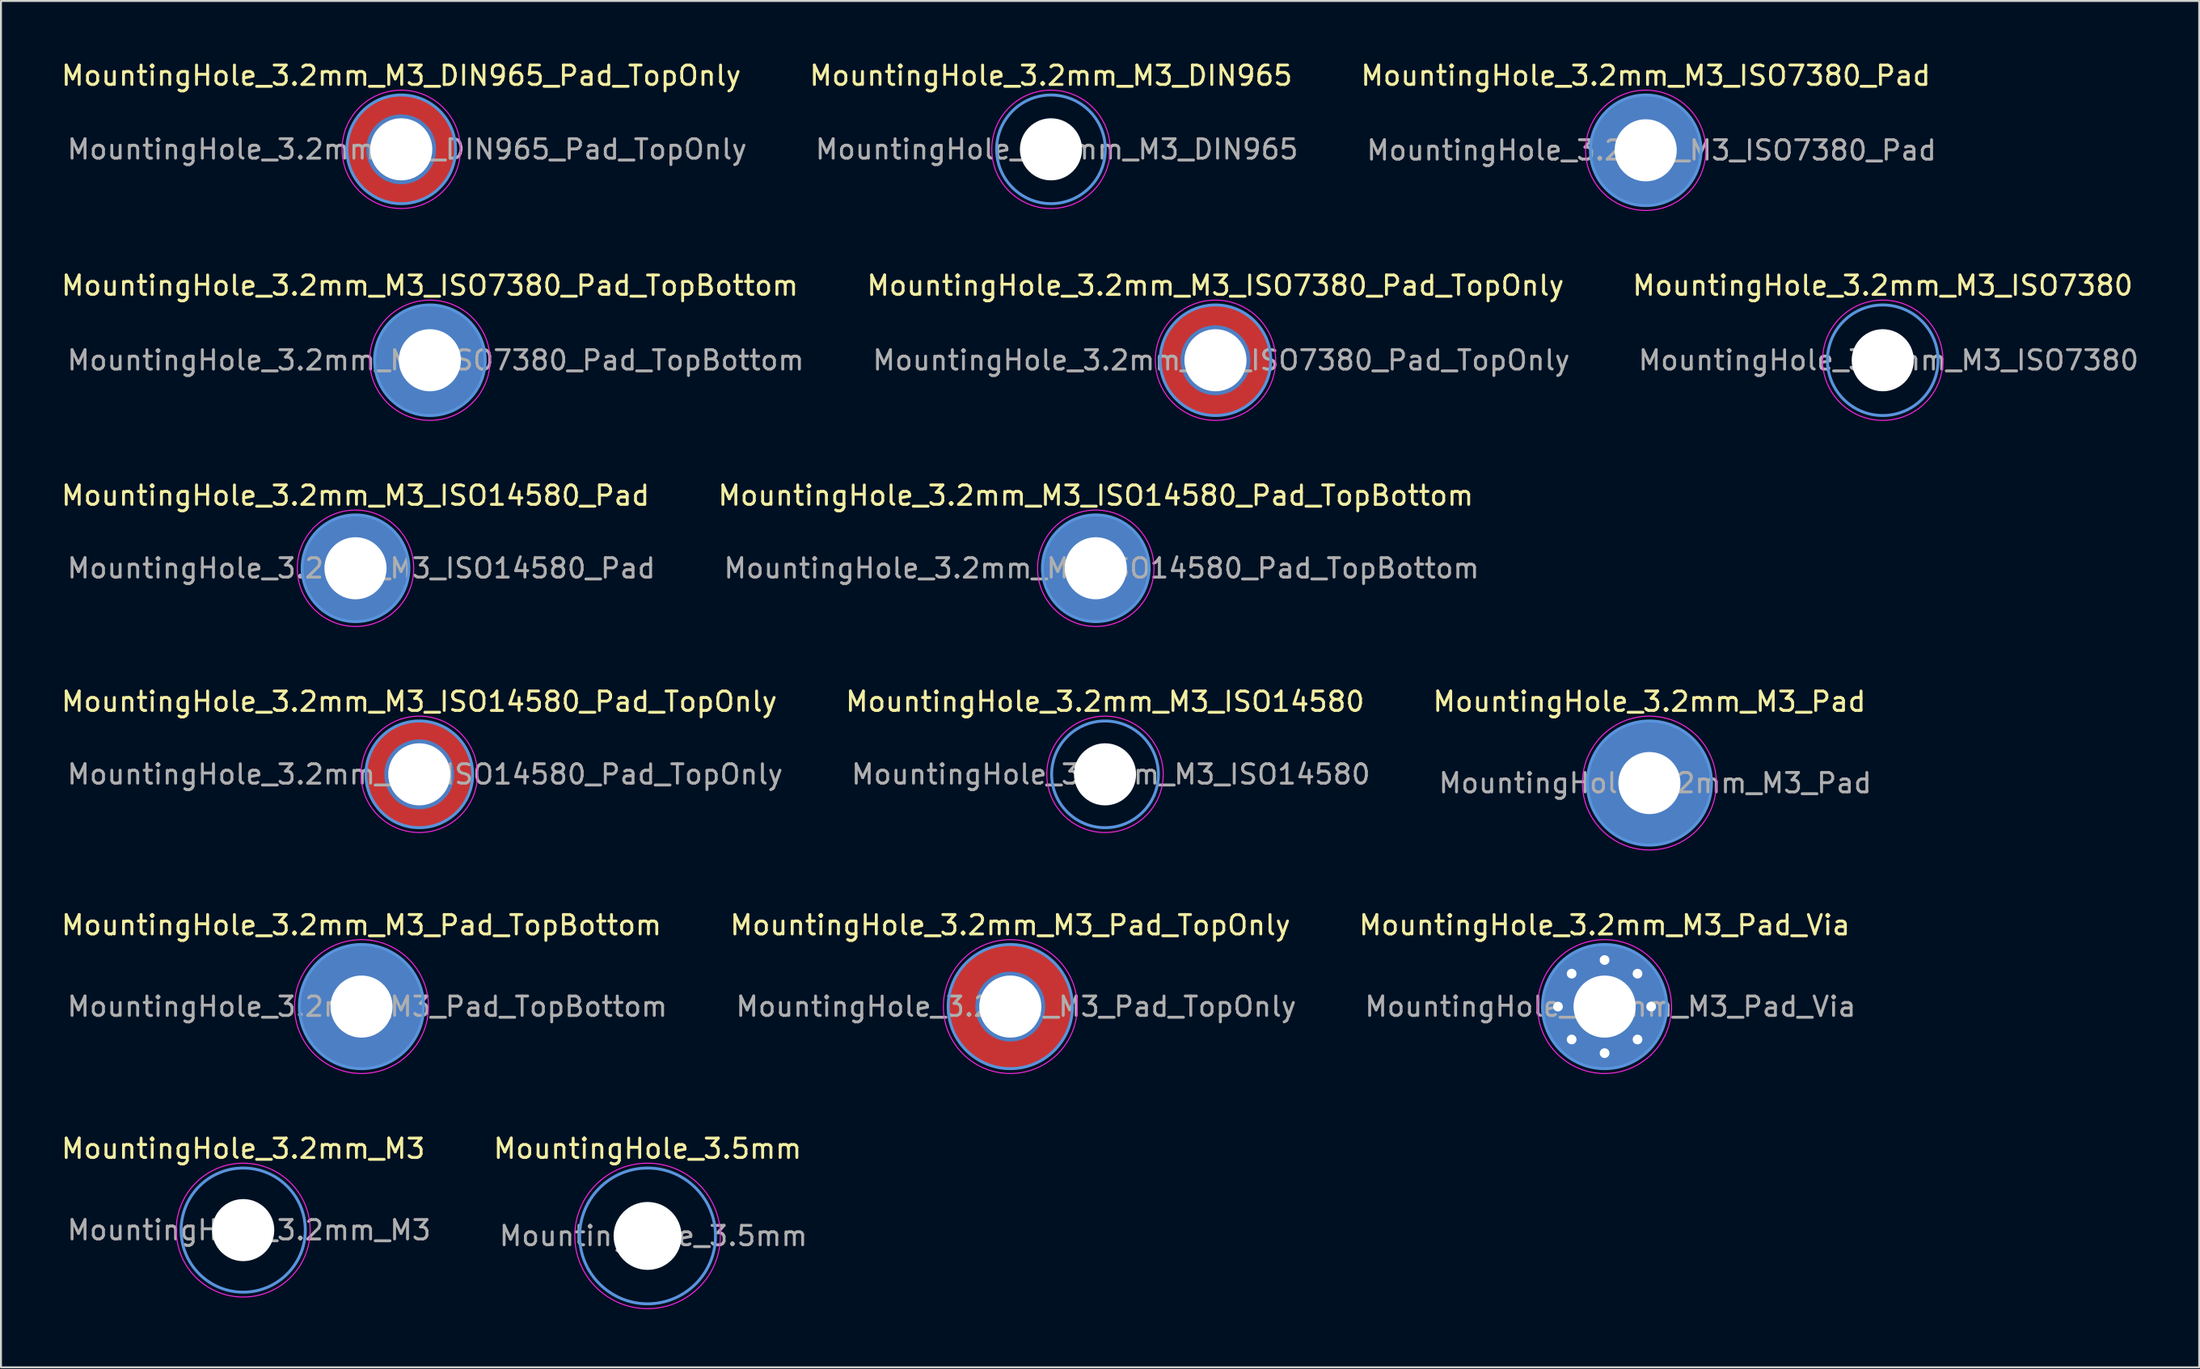
<source format=kicad_pcb>
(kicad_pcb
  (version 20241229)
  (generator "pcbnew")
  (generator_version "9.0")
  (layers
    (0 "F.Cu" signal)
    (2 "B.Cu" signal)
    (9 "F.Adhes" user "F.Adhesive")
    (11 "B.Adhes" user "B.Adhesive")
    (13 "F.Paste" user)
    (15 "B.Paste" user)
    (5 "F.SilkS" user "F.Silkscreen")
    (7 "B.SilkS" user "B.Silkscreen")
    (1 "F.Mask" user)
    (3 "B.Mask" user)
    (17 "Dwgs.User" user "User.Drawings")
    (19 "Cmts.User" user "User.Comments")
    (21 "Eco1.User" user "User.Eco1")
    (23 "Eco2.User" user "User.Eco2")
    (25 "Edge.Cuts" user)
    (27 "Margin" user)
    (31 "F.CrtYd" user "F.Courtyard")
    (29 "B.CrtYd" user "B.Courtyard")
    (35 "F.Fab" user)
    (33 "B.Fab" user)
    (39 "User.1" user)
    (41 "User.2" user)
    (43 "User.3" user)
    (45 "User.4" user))
  (footprint "MountingHole_3.2mm_M3_Pad_TopBottom"
    (layer "F.Cu")
    (at 15.577 48.841)
    (property "Reference" "MountingHole_3.2mm_M3_Pad_TopBottom" (at 0 -4.2 0) (layer "F.SilkS") (effects (font (size 1 1) (thickness 0.15))))
    (attr exclude_from_pos_files exclude_from_bom)
    (fp_circle (center 0 0) (end 3.2 0) (stroke (width 0.15) (type solid)) (fill no) (layer "Cmts.User"))
    (fp_circle (center 0 0) (end 3.45 0) (stroke (width 0.05) (type solid)) (fill no) (layer "F.CrtYd"))
    (fp_text user "${REFERENCE}" (at 0.3 0 0) (layer "F.Fab") (effects (font (size 1 1) (thickness 0.15))))
    (pad "1" thru_hole circle (at 0 0) (size 3.6 3.6) (drill 3.2) (layers "*.Cu" "*.Mask"))
    (pad "1" connect circle (at 0 0) (size 6.4 6.4) (layers "F.Cu" "F.Mask"))
    (pad "1" connect circle (at 0 0) (size 6.4 6.4) (layers "B.Cu" "B.Mask")))
  (footprint "MountingHole_3.5mm"
    (layer "F.Cu")
    (at 30.318 60.664)
    (property "Reference" "MountingHole_3.5mm" (at 0 -4.5 0) (layer "F.SilkS") (effects (font (size 1 1) (thickness 0.15))))
    (attr exclude_from_pos_files exclude_from_bom)
    (fp_circle (center 0 0) (end 3.5 0) (stroke (width 0.15) (type solid)) (fill no) (layer "Cmts.User"))
    (fp_circle (center 0 0) (end 3.75 0) (stroke (width 0.05) (type solid)) (fill no) (layer "F.CrtYd"))
    (fp_text user "${REFERENCE}" (at 0.3 0 0) (layer "F.Fab") (effects (font (size 1 1) (thickness 0.15))))
    (pad "" np_thru_hole circle (at 0 0) (size 3.5 3.5) (drill 3.5) (layers "*.Cu" "*.Mask")))
  (footprint "MountingHole_3.2mm_M3"
    (layer "F.Cu")
    (at 9.482 60.364)
    (property "Reference" "MountingHole_3.2mm_M3" (at 0 -4.2 0) (layer "F.SilkS") (effects (font (size 1 1) (thickness 0.15))))
    (attr exclude_from_pos_files exclude_from_bom)
    (fp_circle (center 0 0) (end 3.2 0) (stroke (width 0.15) (type solid)) (fill no) (layer "Cmts.User"))
    (fp_circle (center 0 0) (end 3.45 0) (stroke (width 0.05) (type solid)) (fill no) (layer "F.CrtYd"))
    (fp_text user "${REFERENCE}" (at 0.3 0 0) (layer "F.Fab") (effects (font (size 1 1) (thickness 0.15))))
    (pad "" np_thru_hole circle (at 0 0) (size 3.2 3.2) (drill 3.2) (layers "*.Cu" "*.Mask")))
  (footprint "MountingHole_3.2mm_M3_ISO7380_Pad"
    (layer "F.Cu")
    (at 81.749 4.698)
    (property "Reference" "MountingHole_3.2mm_M3_ISO7380_Pad" (at 0 -3.85 0) (layer "F.SilkS") (effects (font (size 1 1) (thickness 0.15))))
    (attr exclude_from_pos_files exclude_from_bom)
    (fp_circle (center 0 0) (end 2.85 0) (stroke (width 0.15) (type solid)) (fill no) (layer "Cmts.User"))
    (fp_circle (center 0 0) (end 3.1 0) (stroke (width 0.05) (type solid)) (fill no) (layer "F.CrtYd"))
    (fp_text user "${REFERENCE}" (at 0.3 0 0) (layer "F.Fab") (effects (font (size 1 1) (thickness 0.15))))
    (pad "1" thru_hole circle (at 0 0) (size 5.7 5.7) (drill 3.2) (layers "*.Cu" "*.Mask")))
  (footprint "MountingHole_3.2mm_M3_DIN965_Pad_TopOnly"
    (layer "F.Cu")
    (at 17.625 4.648)
    (property "Reference" "MountingHole_3.2mm_M3_DIN965_Pad_TopOnly" (at 0 -3.8 0) (layer "F.SilkS") (effects (font (size 1 1) (thickness 0.15))))
    (attr exclude_from_pos_files exclude_from_bom)
    (fp_circle (center 0 0) (end 2.8 0) (stroke (width 0.15) (type solid)) (fill no) (layer "Cmts.User"))
    (fp_circle (center 0 0) (end 3.05 0) (stroke (width 0.05) (type solid)) (fill no) (layer "F.CrtYd"))
    (fp_text user "${REFERENCE}" (at 0.3 0 0) (layer "F.Fab") (effects (font (size 1 1) (thickness 0.15))))
    (pad "1" thru_hole circle (at 0 0) (size 3.6 3.6) (drill 3.2) (layers "*.Cu" "*.Mask"))
    (pad "1" connect circle (at 0 0) (size 5.6 5.6) (layers "F.Cu" "F.Mask")))
  (footprint "MountingHole_3.2mm_M3_ISO14580_Pad_TopOnly"
    (layer "F.Cu")
    (at 18.554 36.868)
    (property "Reference" "MountingHole_3.2mm_M3_ISO14580_Pad_TopOnly" (at 0 -3.75 0) (layer "F.SilkS") (effects (font (size 1 1) (thickness 0.15))))
    (attr exclude_from_pos_files exclude_from_bom)
    (fp_circle (center 0 0) (end 2.75 0) (stroke (width 0.15) (type solid)) (fill no) (layer "Cmts.User"))
    (fp_circle (center 0 0) (end 3 0) (stroke (width 0.05) (type solid)) (fill no) (layer "F.CrtYd"))
    (fp_text user "${REFERENCE}" (at 0.3 0 0) (layer "F.Fab") (effects (font (size 1 1) (thickness 0.15))))
    (pad "1" thru_hole circle (at 0 0) (size 3.6 3.6) (drill 3.2) (layers "*.Cu" "*.Mask"))
    (pad "1" connect circle (at 0 0) (size 5.5 5.5) (layers "F.Cu" "F.Mask")))
  (footprint "MountingHole_3.2mm_M3_Pad_TopOnly"
    (layer "F.Cu")
    (at 49.008 48.841)
    (property "Reference" "MountingHole_3.2mm_M3_Pad_TopOnly" (at 0 -4.2 0) (layer "F.SilkS") (effects (font (size 1 1) (thickness 0.15))))
    (attr exclude_from_pos_files exclude_from_bom)
    (fp_circle (center 0 0) (end 3.2 0) (stroke (width 0.15) (type solid)) (fill no) (layer "Cmts.User"))
    (fp_circle (center 0 0) (end 3.45 0) (stroke (width 0.05) (type solid)) (fill no) (layer "F.CrtYd"))
    (fp_text user "${REFERENCE}" (at 0.3 0 0) (layer "F.Fab") (effects (font (size 1 1) (thickness 0.15))))
    (pad "1" thru_hole circle (at 0 0) (size 3.6 3.6) (drill 3.2) (layers "*.Cu" "*.Mask"))
    (pad "1" connect circle (at 0 0) (size 6.4 6.4) (layers "F.Cu" "F.Mask")))
  (footprint "MountingHole_3.2mm_M3_Pad_Via"
    (layer "F.Cu")
    (at 79.63 48.841)
    (property "Reference" "MountingHole_3.2mm_M3_Pad_Via" (at 0 -4.2 0) (layer "F.SilkS") (effects (font (size 1 1) (thickness 0.15))))
    (attr exclude_from_pos_files exclude_from_bom)
    (fp_circle (center 0 0) (end 3.2 0) (stroke (width 0.15) (type solid)) (fill no) (layer "Cmts.User"))
    (fp_circle (center 0 0) (end 3.45 0) (stroke (width 0.05) (type solid)) (fill no) (layer "F.CrtYd"))
    (fp_text user "${REFERENCE}" (at 0.3 0 0) (layer "F.Fab") (effects (font (size 1 1) (thickness 0.15))))
    (pad "1" thru_hole circle (at -2.4 0) (size 0.8 0.8) (drill 0.5) (layers "*.Cu" "*.Mask"))
    (pad "1" thru_hole circle (at -1.697 -1.697) (size 0.8 0.8) (drill 0.5) (layers "*.Cu" "*.Mask"))
    (pad "1" thru_hole circle (at -1.697 1.697) (size 0.8 0.8) (drill 0.5) (layers "*.Cu" "*.Mask"))
    (pad "1" thru_hole circle (at 0 -2.4) (size 0.8 0.8) (drill 0.5) (layers "*.Cu" "*.Mask"))
    (pad "1" thru_hole circle (at 0 0) (size 6.4 6.4) (drill 3.2) (layers "*.Cu" "*.Mask"))
    (pad "1" thru_hole circle (at 0 2.4) (size 0.8 0.8) (drill 0.5) (layers "*.Cu" "*.Mask"))
    (pad "1" thru_hole circle (at 1.697 -1.697) (size 0.8 0.8) (drill 0.5) (layers "*.Cu" "*.Mask"))
    (pad "1" thru_hole circle (at 1.697 1.697) (size 0.8 0.8) (drill 0.5) (layers "*.Cu" "*.Mask"))
    (pad "1" thru_hole circle (at 2.4 0) (size 0.8 0.8) (drill 0.5) (layers "*.Cu" "*.Mask")))
  (footprint "MountingHole_3.2mm_M3_ISO14580_Pad"
    (layer "F.Cu")
    (at 15.268 26.245)
    (property "Reference" "MountingHole_3.2mm_M3_ISO14580_Pad" (at 0 -3.75 0) (layer "F.SilkS") (effects (font (size 1 1) (thickness 0.15))))
    (attr exclude_from_pos_files exclude_from_bom)
    (fp_circle (center 0 0) (end 2.75 0) (stroke (width 0.15) (type solid)) (fill no) (layer "Cmts.User"))
    (fp_circle (center 0 0) (end 3 0) (stroke (width 0.05) (type solid)) (fill no) (layer "F.CrtYd"))
    (fp_text user "${REFERENCE}" (at 0.3 0 0) (layer "F.Fab") (effects (font (size 1 1) (thickness 0.15))))
    (pad "1" thru_hole circle (at 0 0) (size 5.5 5.5) (drill 3.2) (layers "*.Cu" "*.Mask")))
  (footprint "MountingHole_3.2mm_M3_ISO7380"
    (layer "F.Cu")
    (at 93.963 15.521)
    (property "Reference" "MountingHole_3.2mm_M3_ISO7380" (at 0 -3.85 0) (layer "F.SilkS") (effects (font (size 1 1) (thickness 0.15))))
    (attr exclude_from_pos_files exclude_from_bom)
    (fp_circle (center 0 0) (end 2.85 0) (stroke (width 0.15) (type solid)) (fill no) (layer "Cmts.User"))
    (fp_circle (center 0 0) (end 3.1 0) (stroke (width 0.05) (type solid)) (fill no) (layer "F.CrtYd"))
    (fp_text user "${REFERENCE}" (at 0.3 0 0) (layer "F.Fab") (effects (font (size 1 1) (thickness 0.15))))
    (pad "" np_thru_hole circle (at 0 0) (size 3.2 3.2) (drill 3.2) (layers "*.Cu" "*.Mask")))
  (footprint "MountingHole_3.2mm_M3_ISO14580"
    (layer "F.Cu")
    (at 53.889 36.868)
    (property "Reference" "MountingHole_3.2mm_M3_ISO14580" (at 0 -3.75 0) (layer "F.SilkS") (effects (font (size 1 1) (thickness 0.15))))
    (attr exclude_from_pos_files exclude_from_bom)
    (fp_circle (center 0 0) (end 2.75 0) (stroke (width 0.15) (type solid)) (fill no) (layer "Cmts.User"))
    (fp_circle (center 0 0) (end 3 0) (stroke (width 0.05) (type solid)) (fill no) (layer "F.CrtYd"))
    (fp_text user "${REFERENCE}" (at 0.3 0 0) (layer "F.Fab") (effects (font (size 1 1) (thickness 0.15))))
    (pad "" np_thru_hole circle (at 0 0) (size 3.2 3.2) (drill 3.2) (layers "*.Cu" "*.Mask")))
  (footprint "MountingHole_3.2mm_M3_ISO14580_Pad_TopBottom"
    (layer "F.Cu")
    (at 53.413 26.245)
    (property "Reference" "MountingHole_3.2mm_M3_ISO14580_Pad_TopBottom" (at 0 -3.75 0) (layer "F.SilkS") (effects (font (size 1 1) (thickness 0.15))))
    (attr exclude_from_pos_files exclude_from_bom)
    (fp_circle (center 0 0) (end 2.75 0) (stroke (width 0.15) (type solid)) (fill no) (layer "Cmts.User"))
    (fp_circle (center 0 0) (end 3 0) (stroke (width 0.05) (type solid)) (fill no) (layer "F.CrtYd"))
    (fp_text user "${REFERENCE}" (at 0.3 0 0) (layer "F.Fab") (effects (font (size 1 1) (thickness 0.15))))
    (pad "1" thru_hole circle (at 0 0) (size 3.6 3.6) (drill 3.2) (layers "*.Cu" "*.Mask"))
    (pad "1" connect circle (at 0 0) (size 5.5 5.5) (layers "F.Cu" "F.Mask"))
    (pad "1" connect circle (at 0 0) (size 5.5 5.5) (layers "B.Cu" "B.Mask")))
  (footprint "MountingHole_3.2mm_M3_ISO7380_Pad_TopOnly"
    (layer "F.Cu")
    (at 59.58 15.521)
    (property "Reference" "MountingHole_3.2mm_M3_ISO7380_Pad_TopOnly" (at 0 -3.85 0) (layer "F.SilkS") (effects (font (size 1 1) (thickness 0.15))))
    (attr exclude_from_pos_files exclude_from_bom)
    (fp_circle (center 0 0) (end 2.85 0) (stroke (width 0.15) (type solid)) (fill no) (layer "Cmts.User"))
    (fp_circle (center 0 0) (end 3.1 0) (stroke (width 0.05) (type solid)) (fill no) (layer "F.CrtYd"))
    (fp_text user "${REFERENCE}" (at 0.3 0 0) (layer "F.Fab") (effects (font (size 1 1) (thickness 0.15))))
    (pad "1" thru_hole circle (at 0 0) (size 3.6 3.6) (drill 3.2) (layers "*.Cu" "*.Mask"))
    (pad "1" connect circle (at 0 0) (size 5.7 5.7) (layers "F.Cu" "F.Mask")))
  (footprint "MountingHole_3.2mm_M3_ISO7380_Pad_TopBottom"
    (layer "F.Cu")
    (at 19.101 15.521)
    (property "Reference" "MountingHole_3.2mm_M3_ISO7380_Pad_TopBottom" (at 0 -3.85 0) (layer "F.SilkS") (effects (font (size 1 1) (thickness 0.15))))
    (attr exclude_from_pos_files exclude_from_bom)
    (fp_circle (center 0 0) (end 2.85 0) (stroke (width 0.15) (type solid)) (fill no) (layer "Cmts.User"))
    (fp_circle (center 0 0) (end 3.1 0) (stroke (width 0.05) (type solid)) (fill no) (layer "F.CrtYd"))
    (fp_text user "${REFERENCE}" (at 0.3 0 0) (layer "F.Fab") (effects (font (size 1 1) (thickness 0.15))))
    (pad "1" thru_hole circle (at 0 0) (size 3.6 3.6) (drill 3.2) (layers "*.Cu" "*.Mask"))
    (pad "1" connect circle (at 0 0) (size 5.7 5.7) (layers "F.Cu" "F.Mask"))
    (pad "1" connect circle (at 0 0) (size 5.7 5.7) (layers "B.Cu" "B.Mask")))
  (footprint "MountingHole_3.2mm_M3_DIN965"
    (layer "F.Cu")
    (at 51.104 4.648)
    (property "Reference" "MountingHole_3.2mm_M3_DIN965" (at 0 -3.8 0) (layer "F.SilkS") (effects (font (size 1 1) (thickness 0.15))))
    (attr exclude_from_pos_files exclude_from_bom)
    (fp_circle (center 0 0) (end 2.8 0) (stroke (width 0.15) (type solid)) (fill no) (layer "Cmts.User"))
    (fp_circle (center 0 0) (end 3.05 0) (stroke (width 0.05) (type solid)) (fill no) (layer "F.CrtYd"))
    (fp_text user "${REFERENCE}" (at 0.3 0 0) (layer "F.Fab") (effects (font (size 1 1) (thickness 0.15))))
    (pad "" np_thru_hole circle (at 0 0) (size 3.2 3.2) (drill 3.2) (layers "*.Cu" "*.Mask")))
  (footprint "MountingHole_3.2mm_M3_Pad"
    (layer "F.Cu")
    (at 81.939 37.318)
    (property "Reference" "MountingHole_3.2mm_M3_Pad" (at 0 -4.2 0) (layer "F.SilkS") (effects (font (size 1 1) (thickness 0.15))))
    (attr exclude_from_pos_files exclude_from_bom)
    (fp_circle (center 0 0) (end 3.2 0) (stroke (width 0.15) (type solid)) (fill no) (layer "Cmts.User"))
    (fp_circle (center 0 0) (end 3.45 0) (stroke (width 0.05) (type solid)) (fill no) (layer "F.CrtYd"))
    (fp_text user "${REFERENCE}" (at 0.3 0 0) (layer "F.Fab") (effects (font (size 1 1) (thickness 0.15))))
    (pad "1" thru_hole circle (at 0 0) (size 6.4 6.4) (drill 3.2) (layers "*.Cu" "*.Mask")))
  (gr_rect
    (start -3 -3)
    (end 110.269 67.439)
    (stroke (width 0.1) (type default))
    (fill no)
    (layer "Edge.Cuts")))
</source>
